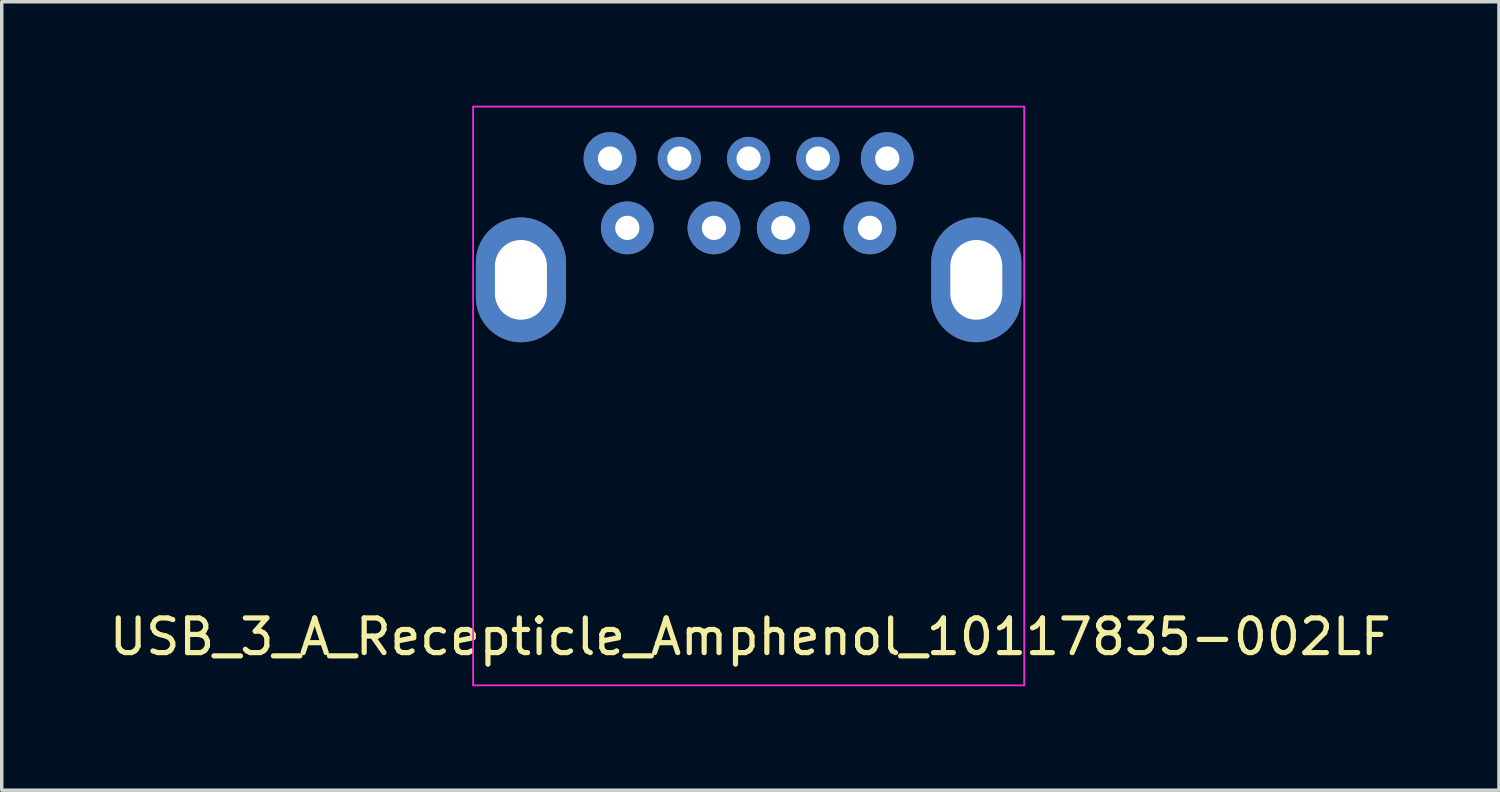
<source format=kicad_pcb>
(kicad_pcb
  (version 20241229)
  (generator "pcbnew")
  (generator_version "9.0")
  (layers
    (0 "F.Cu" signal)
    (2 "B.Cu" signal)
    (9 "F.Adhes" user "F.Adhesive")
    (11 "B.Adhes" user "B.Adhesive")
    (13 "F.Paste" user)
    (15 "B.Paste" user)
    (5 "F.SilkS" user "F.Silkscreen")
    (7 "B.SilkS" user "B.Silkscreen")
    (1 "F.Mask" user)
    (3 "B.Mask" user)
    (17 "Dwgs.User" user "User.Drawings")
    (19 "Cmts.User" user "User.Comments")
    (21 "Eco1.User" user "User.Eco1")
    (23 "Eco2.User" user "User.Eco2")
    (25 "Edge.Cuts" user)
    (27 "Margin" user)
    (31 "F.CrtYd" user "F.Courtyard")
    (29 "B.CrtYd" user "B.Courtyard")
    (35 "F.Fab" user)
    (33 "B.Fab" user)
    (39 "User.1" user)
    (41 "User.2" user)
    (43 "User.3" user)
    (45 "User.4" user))
  (footprint "USB_3_A_Recepticle_Amphenol_10117835-002LF"
    (layer "F.Cu")
    (at 18.551 8.375)
    (property "Reference" "USB_3_A_Recepticle_Amphenol_10117835-002LF" (at 0.05 6.95 0) (layer "F.SilkS") (effects (font (size 1 1) (thickness 0.15))))
    (attr through_hole)
    (fp_line (start -7.95 8.35) (end -7.95 -8.35) (stroke (width 0.05) (type solid)) (layer "F.CrtYd"))
    (fp_line (start -7.95 8.35) (end 7.95 8.35) (stroke (width 0.05) (type solid)) (layer "F.CrtYd"))
    (fp_line (start 7.95 -8.35) (end -7.95 -8.35) (stroke (width 0.05) (type solid)) (layer "F.CrtYd"))
    (fp_line (start 7.95 8.35) (end 7.95 -8.35) (stroke (width 0.05) (type solid)) (layer "F.CrtYd"))
    (pad "1" thru_hole circle (at -3.5 -4.85) (size 1.524 1.524) (drill 0.7) (layers "*.Cu" "*.Mask"))
    (pad "2" thru_hole circle (at -1 -4.85) (size 1.524 1.524) (drill 0.7) (layers "*.Cu" "*.Mask"))
    (pad "3" thru_hole circle (at 1 -4.85) (size 1.524 1.524) (drill 0.7) (layers "*.Cu" "*.Mask"))
    (pad "4" thru_hole circle (at 3.5 -4.85) (size 1.524 1.524) (drill 0.7) (layers "*.Cu" "*.Mask"))
    (pad "5" thru_hole circle (at 4 -6.85) (size 1.524 1.524) (drill 0.7) (layers "*.Cu" "*.Mask"))
    (pad "6" thru_hole circle (at 2 -6.85) (size 1.25 1.25) (drill 0.7) (layers "*.Cu" "*.Mask"))
    (pad "7" thru_hole circle (at 0 -6.85) (size 1.25 1.25) (drill 0.7) (layers "*.Cu" "*.Mask"))
    (pad "8" thru_hole circle (at -2 -6.85) (size 1.25 1.25) (drill 0.7) (layers "*.Cu" "*.Mask"))
    (pad "9" thru_hole circle (at -4 -6.85) (size 1.524 1.524) (drill 0.7) (layers "*.Cu" "*.Mask"))
    (pad "10" thru_hole oval (at -6.57 -3.35) (size 2.6 3.6) (drill oval 1.5 2.3) (layers "*.Cu" "*.Mask"))
    (pad "10" thru_hole oval (at 6.57 -3.35) (size 2.6 3.6) (drill oval 1.5 2.3) (layers "*.Cu" "*.Mask")))
  (gr_rect
    (start -3 -3)
    (end 40.202 19.75)
    (stroke (width 0.1) (type default))
    (fill no)
    (layer "Edge.Cuts")))
</source>
